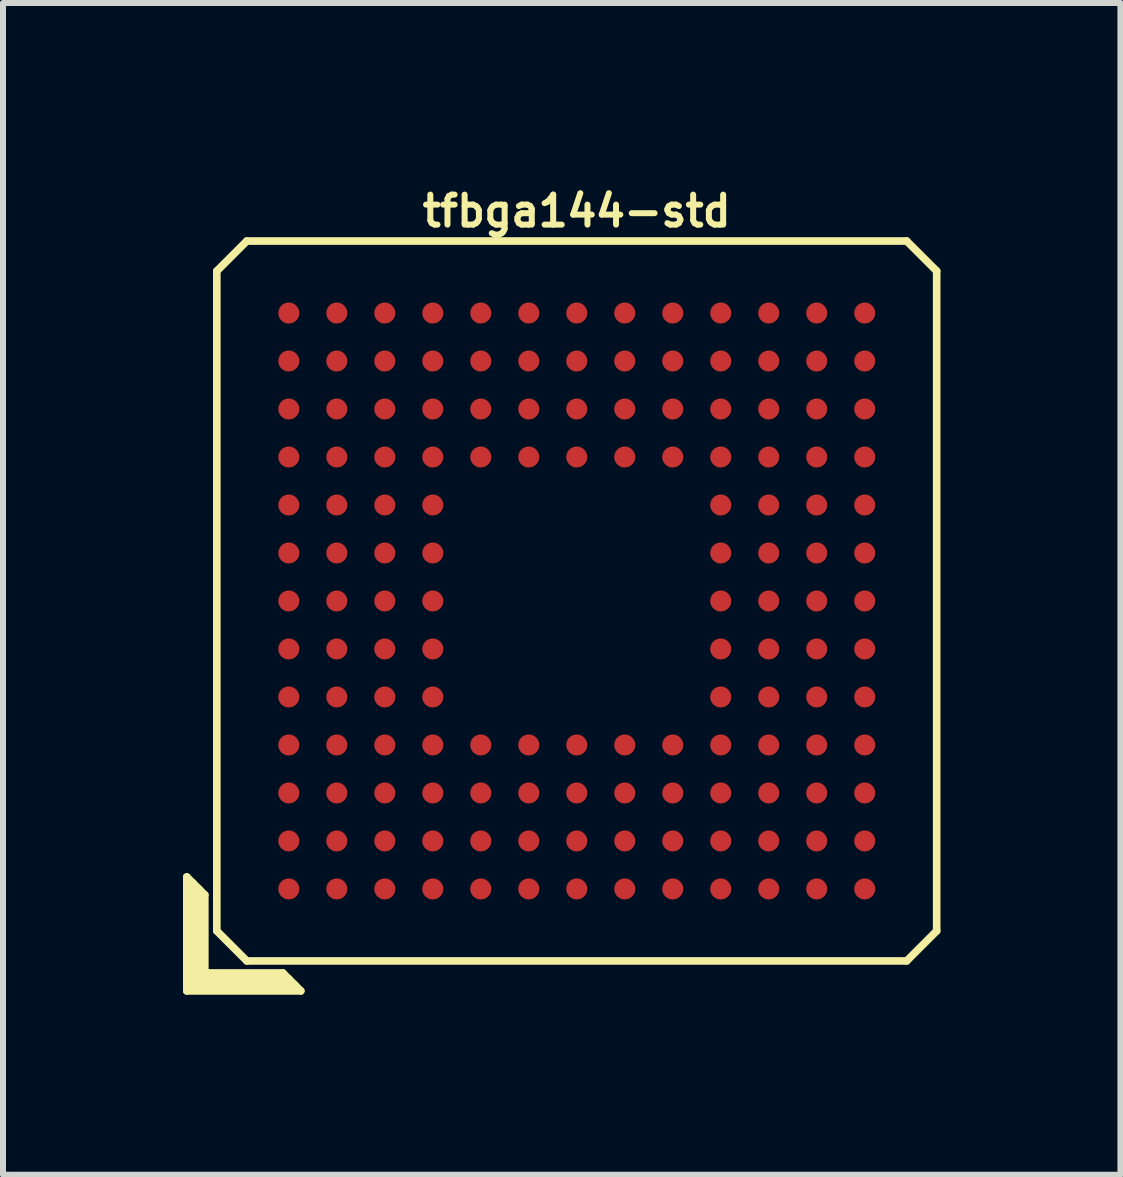
<source format=kicad_pcb>
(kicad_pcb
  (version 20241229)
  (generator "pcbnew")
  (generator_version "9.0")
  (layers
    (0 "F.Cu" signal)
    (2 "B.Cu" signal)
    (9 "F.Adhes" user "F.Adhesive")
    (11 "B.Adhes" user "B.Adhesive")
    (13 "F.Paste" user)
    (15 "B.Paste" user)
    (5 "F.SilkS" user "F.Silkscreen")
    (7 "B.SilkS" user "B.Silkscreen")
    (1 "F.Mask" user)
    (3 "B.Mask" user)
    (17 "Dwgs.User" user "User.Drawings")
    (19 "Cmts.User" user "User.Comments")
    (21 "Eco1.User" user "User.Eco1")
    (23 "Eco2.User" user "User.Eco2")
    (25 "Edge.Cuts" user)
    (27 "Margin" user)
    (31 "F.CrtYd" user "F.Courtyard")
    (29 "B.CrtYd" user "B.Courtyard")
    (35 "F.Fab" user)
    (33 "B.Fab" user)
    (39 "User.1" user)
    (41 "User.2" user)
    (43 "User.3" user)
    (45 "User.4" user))
  (footprint "tfbga144-std"
    (layer "F.Cu")
    (at 6.564 6.968)
    (property "Reference" "tfbga144-std" (at 0 -6.5 0) (layer "F.SilkS") (effects (font (size 0.5 0.5) (thickness 0.1))))
    (attr through_hole)
    (fp_line (start -6.5 4.6) (end -6.2 4.9) (stroke (width 0.127) (type solid)) (layer "F.SilkS"))
    (fp_line (start -6.5 6.5) (end -6.5 4.6) (stroke (width 0.127) (type solid)) (layer "F.SilkS"))
    (fp_line (start -6.4 6.4) (end -6.4 4.7) (stroke (width 0.127) (type solid)) (layer "F.SilkS"))
    (fp_line (start -6.3 4.8) (end -6.3 6.3) (stroke (width 0.127) (type solid)) (layer "F.SilkS"))
    (fp_line (start -6.3 6.3) (end -4.8 6.3) (stroke (width 0.127) (type solid)) (layer "F.SilkS"))
    (fp_line (start -6.2 4.9) (end -6.2 6.2) (stroke (width 0.127) (type solid)) (layer "F.SilkS"))
    (fp_line (start -6.2 6.2) (end -4.9 6.2) (stroke (width 0.127) (type solid)) (layer "F.SilkS"))
    (fp_line (start -6 -5.5) (end -5.5 -6) (stroke (width 0.127) (type solid)) (layer "F.SilkS"))
    (fp_line (start -6 5.5) (end -6 -5.5) (stroke (width 0.127) (type solid)) (layer "F.SilkS"))
    (fp_line (start -5.5 -6) (end 5.5 -6) (stroke (width 0.127) (type solid)) (layer "F.SilkS"))
    (fp_line (start -5.5 6) (end -6 5.5) (stroke (width 0.127) (type solid)) (layer "F.SilkS"))
    (fp_line (start -4.9 6.2) (end -4.6 6.5) (stroke (width 0.127) (type solid)) (layer "F.SilkS"))
    (fp_line (start -4.7 6.4) (end -6.4 6.4) (stroke (width 0.127) (type solid)) (layer "F.SilkS"))
    (fp_line (start -4.6 6.5) (end -6.5 6.5) (stroke (width 0.127) (type solid)) (layer "F.SilkS"))
    (fp_line (start 5.5 -6) (end 6 -5.5) (stroke (width 0.127) (type solid)) (layer "F.SilkS"))
    (fp_line (start 5.5 6) (end -5.5 6) (stroke (width 0.127) (type solid)) (layer "F.SilkS"))
    (fp_line (start 6 -5.5) (end 6 5.5) (stroke (width 0.127) (type solid)) (layer "F.SilkS"))
    (fp_line (start 6 5.5) (end 5.5 6) (stroke (width 0.127) (type solid)) (layer "F.SilkS"))
    (pad "A1" smd circle (at -4.8 4.8) (size 0.35 0.35) (layers "F.Cu" "F.Mask" "F.Paste"))
    (pad "A2" smd circle (at -4.8 4) (size 0.35 0.35) (layers "F.Cu" "F.Mask" "F.Paste"))
    (pad "A3" smd circle (at -4.8 3.2) (size 0.35 0.35) (layers "F.Cu" "F.Mask" "F.Paste"))
    (pad "A4" smd circle (at -4.8 2.4) (size 0.35 0.35) (layers "F.Cu" "F.Mask" "F.Paste"))
    (pad "A5" smd circle (at -4.8 1.6) (size 0.35 0.35) (layers "F.Cu" "F.Mask" "F.Paste"))
    (pad "A6" smd circle (at -4.8 0.8) (size 0.35 0.35) (layers "F.Cu" "F.Mask" "F.Paste"))
    (pad "A7" smd circle (at -4.8 0) (size 0.35 0.35) (layers "F.Cu" "F.Mask" "F.Paste"))
    (pad "A8" smd circle (at -4.8 -0.8) (size 0.35 0.35) (layers "F.Cu" "F.Mask" "F.Paste"))
    (pad "A9" smd circle (at -4.8 -1.6) (size 0.35 0.35) (layers "F.Cu" "F.Mask" "F.Paste"))
    (pad "A10" smd circle (at -4.8 -2.4) (size 0.35 0.35) (layers "F.Cu" "F.Mask" "F.Paste"))
    (pad "A11" smd circle (at -4.8 -3.2) (size 0.35 0.35) (layers "F.Cu" "F.Mask" "F.Paste"))
    (pad "A12" smd circle (at -4.8 -4) (size 0.35 0.35) (layers "F.Cu" "F.Mask" "F.Paste"))
    (pad "A13" smd circle (at -4.8 -4.8) (size 0.35 0.35) (layers "F.Cu" "F.Mask" "F.Paste"))
    (pad "B1" smd circle (at -4 4.8) (size 0.35 0.35) (layers "F.Cu" "F.Mask" "F.Paste"))
    (pad "B2" smd circle (at -4 4) (size 0.35 0.35) (layers "F.Cu" "F.Mask" "F.Paste"))
    (pad "B3" smd circle (at -4 3.2) (size 0.35 0.35) (layers "F.Cu" "F.Mask" "F.Paste"))
    (pad "B4" smd circle (at -4 2.4) (size 0.35 0.35) (layers "F.Cu" "F.Mask" "F.Paste"))
    (pad "B5" smd circle (at -4 1.6) (size 0.35 0.35) (layers "F.Cu" "F.Mask" "F.Paste"))
    (pad "B6" smd circle (at -4 0.8) (size 0.35 0.35) (layers "F.Cu" "F.Mask" "F.Paste"))
    (pad "B7" smd circle (at -4 0) (size 0.35 0.35) (layers "F.Cu" "F.Mask" "F.Paste"))
    (pad "B8" smd circle (at -4 -0.8) (size 0.35 0.35) (layers "F.Cu" "F.Mask" "F.Paste"))
    (pad "B9" smd circle (at -4 -1.6) (size 0.35 0.35) (layers "F.Cu" "F.Mask" "F.Paste"))
    (pad "B10" smd circle (at -4 -2.4) (size 0.35 0.35) (layers "F.Cu" "F.Mask" "F.Paste"))
    (pad "B11" smd circle (at -4 -3.2) (size 0.35 0.35) (layers "F.Cu" "F.Mask" "F.Paste"))
    (pad "B12" smd circle (at -4 -4) (size 0.35 0.35) (layers "F.Cu" "F.Mask" "F.Paste"))
    (pad "B13" smd circle (at -4 -4.8) (size 0.35 0.35) (layers "F.Cu" "F.Mask" "F.Paste"))
    (pad "C1" smd circle (at -3.2 4.8) (size 0.35 0.35) (layers "F.Cu" "F.Mask" "F.Paste"))
    (pad "C2" smd circle (at -3.2 4) (size 0.35 0.35) (layers "F.Cu" "F.Mask" "F.Paste"))
    (pad "C3" smd circle (at -3.2 3.2) (size 0.35 0.35) (layers "F.Cu" "F.Mask" "F.Paste"))
    (pad "C4" smd circle (at -3.2 2.4) (size 0.35 0.35) (layers "F.Cu" "F.Mask" "F.Paste"))
    (pad "C5" smd circle (at -3.2 1.6) (size 0.35 0.35) (layers "F.Cu" "F.Mask" "F.Paste"))
    (pad "C6" smd circle (at -3.2 0.8) (size 0.35 0.35) (layers "F.Cu" "F.Mask" "F.Paste"))
    (pad "C7" smd circle (at -3.2 0) (size 0.35 0.35) (layers "F.Cu" "F.Mask" "F.Paste"))
    (pad "C8" smd circle (at -3.2 -0.8) (size 0.35 0.35) (layers "F.Cu" "F.Mask" "F.Paste"))
    (pad "C9" smd circle (at -3.2 -1.6) (size 0.35 0.35) (layers "F.Cu" "F.Mask" "F.Paste"))
    (pad "C10" smd circle (at -3.2 -2.4) (size 0.35 0.35) (layers "F.Cu" "F.Mask" "F.Paste"))
    (pad "C11" smd circle (at -3.2 -3.2) (size 0.35 0.35) (layers "F.Cu" "F.Mask" "F.Paste"))
    (pad "C12" smd circle (at -3.2 -4) (size 0.35 0.35) (layers "F.Cu" "F.Mask" "F.Paste"))
    (pad "C13" smd circle (at -3.2 -4.8) (size 0.35 0.35) (layers "F.Cu" "F.Mask" "F.Paste"))
    (pad "D1" smd circle (at -2.4 4.8) (size 0.35 0.35) (layers "F.Cu" "F.Mask" "F.Paste"))
    (pad "D2" smd circle (at -2.4 4) (size 0.35 0.35) (layers "F.Cu" "F.Mask" "F.Paste"))
    (pad "D3" smd circle (at -2.4 3.2) (size 0.35 0.35) (layers "F.Cu" "F.Mask" "F.Paste"))
    (pad "D4" smd circle (at -2.4 2.4) (size 0.35 0.35) (layers "F.Cu" "F.Mask" "F.Paste"))
    (pad "D5" smd circle (at -2.4 1.6) (size 0.35 0.35) (layers "F.Cu" "F.Mask" "F.Paste"))
    (pad "D6" smd circle (at -2.4 0.8) (size 0.35 0.35) (layers "F.Cu" "F.Mask" "F.Paste"))
    (pad "D7" smd circle (at -2.4 0) (size 0.35 0.35) (layers "F.Cu" "F.Mask" "F.Paste"))
    (pad "D8" smd circle (at -2.4 -0.8) (size 0.35 0.35) (layers "F.Cu" "F.Mask" "F.Paste"))
    (pad "D9" smd circle (at -2.4 -1.6) (size 0.35 0.35) (layers "F.Cu" "F.Mask" "F.Paste"))
    (pad "D10" smd circle (at -2.4 -2.4) (size 0.35 0.35) (layers "F.Cu" "F.Mask" "F.Paste"))
    (pad "D11" smd circle (at -2.4 -3.2) (size 0.35 0.35) (layers "F.Cu" "F.Mask" "F.Paste"))
    (pad "D12" smd circle (at -2.4 -4) (size 0.35 0.35) (layers "F.Cu" "F.Mask" "F.Paste"))
    (pad "D13" smd circle (at -2.4 -4.8) (size 0.35 0.35) (layers "F.Cu" "F.Mask" "F.Paste"))
    (pad "E1" smd circle (at -1.6 4.8) (size 0.35 0.35) (layers "F.Cu" "F.Mask" "F.Paste"))
    (pad "E2" smd circle (at -1.6 4) (size 0.35 0.35) (layers "F.Cu" "F.Mask" "F.Paste"))
    (pad "E3" smd circle (at -1.6 3.2) (size 0.35 0.35) (layers "F.Cu" "F.Mask" "F.Paste"))
    (pad "E4" smd circle (at -1.6 2.4) (size 0.35 0.35) (layers "F.Cu" "F.Mask" "F.Paste"))
    (pad "E10" smd circle (at -1.6 -2.4) (size 0.35 0.35) (layers "F.Cu" "F.Mask" "F.Paste"))
    (pad "E11" smd circle (at -1.6 -3.2) (size 0.35 0.35) (layers "F.Cu" "F.Mask" "F.Paste"))
    (pad "E12" smd circle (at -1.6 -4) (size 0.35 0.35) (layers "F.Cu" "F.Mask" "F.Paste"))
    (pad "E13" smd circle (at -1.6 -4.8) (size 0.35 0.35) (layers "F.Cu" "F.Mask" "F.Paste"))
    (pad "F1" smd circle (at -0.8 4.8) (size 0.35 0.35) (layers "F.Cu" "F.Mask" "F.Paste"))
    (pad "F2" smd circle (at -0.8 4) (size 0.35 0.35) (layers "F.Cu" "F.Mask" "F.Paste"))
    (pad "F3" smd circle (at -0.8 3.2) (size 0.35 0.35) (layers "F.Cu" "F.Mask" "F.Paste"))
    (pad "F4" smd circle (at -0.8 2.4) (size 0.35 0.35) (layers "F.Cu" "F.Mask" "F.Paste"))
    (pad "F10" smd circle (at -0.8 -2.4) (size 0.35 0.35) (layers "F.Cu" "F.Mask" "F.Paste"))
    (pad "F11" smd circle (at -0.8 -3.2) (size 0.35 0.35) (layers "F.Cu" "F.Mask" "F.Paste"))
    (pad "F12" smd circle (at -0.8 -4) (size 0.35 0.35) (layers "F.Cu" "F.Mask" "F.Paste"))
    (pad "F13" smd circle (at -0.8 -4.8) (size 0.35 0.35) (layers "F.Cu" "F.Mask" "F.Paste"))
    (pad "G1" smd circle (at 0 4.8) (size 0.35 0.35) (layers "F.Cu" "F.Mask" "F.Paste"))
    (pad "G2" smd circle (at 0 4) (size 0.35 0.35) (layers "F.Cu" "F.Mask" "F.Paste"))
    (pad "G3" smd circle (at 0 3.2) (size 0.35 0.35) (layers "F.Cu" "F.Mask" "F.Paste"))
    (pad "G4" smd circle (at 0 2.4) (size 0.35 0.35) (layers "F.Cu" "F.Mask" "F.Paste"))
    (pad "G10" smd circle (at 0 -2.4) (size 0.35 0.35) (layers "F.Cu" "F.Mask" "F.Paste"))
    (pad "G11" smd circle (at 0 -3.2) (size 0.35 0.35) (layers "F.Cu" "F.Mask" "F.Paste"))
    (pad "G12" smd circle (at 0 -4) (size 0.35 0.35) (layers "F.Cu" "F.Mask" "F.Paste"))
    (pad "G13" smd circle (at 0 -4.8) (size 0.35 0.35) (layers "F.Cu" "F.Mask" "F.Paste"))
    (pad "H1" smd circle (at 0.8 4.8) (size 0.35 0.35) (layers "F.Cu" "F.Mask" "F.Paste"))
    (pad "H2" smd circle (at 0.8 4) (size 0.35 0.35) (layers "F.Cu" "F.Mask" "F.Paste"))
    (pad "H3" smd circle (at 0.8 3.2) (size 0.35 0.35) (layers "F.Cu" "F.Mask" "F.Paste"))
    (pad "H4" smd circle (at 0.8 2.4) (size 0.35 0.35) (layers "F.Cu" "F.Mask" "F.Paste"))
    (pad "H10" smd circle (at 0.8 -2.4) (size 0.35 0.35) (layers "F.Cu" "F.Mask" "F.Paste"))
    (pad "H11" smd circle (at 0.8 -3.2) (size 0.35 0.35) (layers "F.Cu" "F.Mask" "F.Paste"))
    (pad "H12" smd circle (at 0.8 -4) (size 0.35 0.35) (layers "F.Cu" "F.Mask" "F.Paste"))
    (pad "H13" smd circle (at 0.8 -4.8) (size 0.35 0.35) (layers "F.Cu" "F.Mask" "F.Paste"))
    (pad "J1" smd circle (at 1.6 4.8) (size 0.35 0.35) (layers "F.Cu" "F.Mask" "F.Paste"))
    (pad "J2" smd circle (at 1.6 4) (size 0.35 0.35) (layers "F.Cu" "F.Mask" "F.Paste"))
    (pad "J3" smd circle (at 1.6 3.2) (size 0.35 0.35) (layers "F.Cu" "F.Mask" "F.Paste"))
    (pad "J4" smd circle (at 1.6 2.4) (size 0.35 0.35) (layers "F.Cu" "F.Mask" "F.Paste"))
    (pad "J10" smd circle (at 1.6 -2.4) (size 0.35 0.35) (layers "F.Cu" "F.Mask" "F.Paste"))
    (pad "J11" smd circle (at 1.6 -3.2) (size 0.35 0.35) (layers "F.Cu" "F.Mask" "F.Paste"))
    (pad "J12" smd circle (at 1.6 -4) (size 0.35 0.35) (layers "F.Cu" "F.Mask" "F.Paste"))
    (pad "J13" smd circle (at 1.6 -4.8) (size 0.35 0.35) (layers "F.Cu" "F.Mask" "F.Paste"))
    (pad "K1" smd circle (at 2.4 4.8) (size 0.35 0.35) (layers "F.Cu" "F.Mask" "F.Paste"))
    (pad "K2" smd circle (at 2.4 4) (size 0.35 0.35) (layers "F.Cu" "F.Mask" "F.Paste"))
    (pad "K3" smd circle (at 2.4 3.2) (size 0.35 0.35) (layers "F.Cu" "F.Mask" "F.Paste"))
    (pad "K4" smd circle (at 2.4 2.4) (size 0.35 0.35) (layers "F.Cu" "F.Mask" "F.Paste"))
    (pad "K5" smd circle (at 2.4 1.6) (size 0.35 0.35) (layers "F.Cu" "F.Mask" "F.Paste"))
    (pad "K6" smd circle (at 2.4 0.8) (size 0.35 0.35) (layers "F.Cu" "F.Mask" "F.Paste"))
    (pad "K7" smd circle (at 2.4 0) (size 0.35 0.35) (layers "F.Cu" "F.Mask" "F.Paste"))
    (pad "K8" smd circle (at 2.4 -0.8) (size 0.35 0.35) (layers "F.Cu" "F.Mask" "F.Paste"))
    (pad "K9" smd circle (at 2.4 -1.6) (size 0.35 0.35) (layers "F.Cu" "F.Mask" "F.Paste"))
    (pad "K10" smd circle (at 2.4 -2.4) (size 0.35 0.35) (layers "F.Cu" "F.Mask" "F.Paste"))
    (pad "K11" smd circle (at 2.4 -3.2) (size 0.35 0.35) (layers "F.Cu" "F.Mask" "F.Paste"))
    (pad "K12" smd circle (at 2.4 -4) (size 0.35 0.35) (layers "F.Cu" "F.Mask" "F.Paste"))
    (pad "K13" smd circle (at 2.4 -4.8) (size 0.35 0.35) (layers "F.Cu" "F.Mask" "F.Paste"))
    (pad "L1" smd circle (at 3.2 4.8) (size 0.35 0.35) (layers "F.Cu" "F.Mask" "F.Paste"))
    (pad "L2" smd circle (at 3.2 4) (size 0.35 0.35) (layers "F.Cu" "F.Mask" "F.Paste"))
    (pad "L3" smd circle (at 3.2 3.2) (size 0.35 0.35) (layers "F.Cu" "F.Mask" "F.Paste"))
    (pad "L4" smd circle (at 3.2 2.4) (size 0.35 0.35) (layers "F.Cu" "F.Mask" "F.Paste"))
    (pad "L5" smd circle (at 3.2 1.6) (size 0.35 0.35) (layers "F.Cu" "F.Mask" "F.Paste"))
    (pad "L6" smd circle (at 3.2 0.8) (size 0.35 0.35) (layers "F.Cu" "F.Mask" "F.Paste"))
    (pad "L7" smd circle (at 3.2 0) (size 0.35 0.35) (layers "F.Cu" "F.Mask" "F.Paste"))
    (pad "L8" smd circle (at 3.2 -0.8) (size 0.35 0.35) (layers "F.Cu" "F.Mask" "F.Paste"))
    (pad "L9" smd circle (at 3.2 -1.6) (size 0.35 0.35) (layers "F.Cu" "F.Mask" "F.Paste"))
    (pad "L10" smd circle (at 3.2 -2.4) (size 0.35 0.35) (layers "F.Cu" "F.Mask" "F.Paste"))
    (pad "L11" smd circle (at 3.2 -3.2) (size 0.35 0.35) (layers "F.Cu" "F.Mask" "F.Paste"))
    (pad "L12" smd circle (at 3.2 -4) (size 0.35 0.35) (layers "F.Cu" "F.Mask" "F.Paste"))
    (pad "L13" smd circle (at 3.2 -4.8) (size 0.35 0.35) (layers "F.Cu" "F.Mask" "F.Paste"))
    (pad "M1" smd circle (at 4 4.8) (size 0.35 0.35) (layers "F.Cu" "F.Mask" "F.Paste"))
    (pad "M2" smd circle (at 4 4) (size 0.35 0.35) (layers "F.Cu" "F.Mask" "F.Paste"))
    (pad "M3" smd circle (at 4 3.2) (size 0.35 0.35) (layers "F.Cu" "F.Mask" "F.Paste"))
    (pad "M4" smd circle (at 4 2.4) (size 0.35 0.35) (layers "F.Cu" "F.Mask" "F.Paste"))
    (pad "M5" smd circle (at 4 1.6) (size 0.35 0.35) (layers "F.Cu" "F.Mask" "F.Paste"))
    (pad "M6" smd circle (at 4 0.8) (size 0.35 0.35) (layers "F.Cu" "F.Mask" "F.Paste"))
    (pad "M7" smd circle (at 4 0) (size 0.35 0.35) (layers "F.Cu" "F.Mask" "F.Paste"))
    (pad "M8" smd circle (at 4 -0.8) (size 0.35 0.35) (layers "F.Cu" "F.Mask" "F.Paste"))
    (pad "M9" smd circle (at 4 -1.6) (size 0.35 0.35) (layers "F.Cu" "F.Mask" "F.Paste"))
    (pad "M10" smd circle (at 4 -2.4) (size 0.35 0.35) (layers "F.Cu" "F.Mask" "F.Paste"))
    (pad "M11" smd circle (at 4 -3.2) (size 0.35 0.35) (layers "F.Cu" "F.Mask" "F.Paste"))
    (pad "M12" smd circle (at 4 -4) (size 0.35 0.35) (layers "F.Cu" "F.Mask" "F.Paste"))
    (pad "M13" smd circle (at 4 -4.8) (size 0.35 0.35) (layers "F.Cu" "F.Mask" "F.Paste"))
    (pad "N1" smd circle (at 4.8 4.8) (size 0.35 0.35) (layers "F.Cu" "F.Mask" "F.Paste"))
    (pad "N2" smd circle (at 4.8 4) (size 0.35 0.35) (layers "F.Cu" "F.Mask" "F.Paste"))
    (pad "N3" smd circle (at 4.8 3.2) (size 0.35 0.35) (layers "F.Cu" "F.Mask" "F.Paste"))
    (pad "N4" smd circle (at 4.8 2.4) (size 0.35 0.35) (layers "F.Cu" "F.Mask" "F.Paste"))
    (pad "N5" smd circle (at 4.8 1.6) (size 0.35 0.35) (layers "F.Cu" "F.Mask" "F.Paste"))
    (pad "N6" smd circle (at 4.8 0.8) (size 0.35 0.35) (layers "F.Cu" "F.Mask" "F.Paste"))
    (pad "N7" smd circle (at 4.8 0) (size 0.35 0.35) (layers "F.Cu" "F.Mask" "F.Paste"))
    (pad "N8" smd circle (at 4.8 -0.8) (size 0.35 0.35) (layers "F.Cu" "F.Mask" "F.Paste"))
    (pad "N9" smd circle (at 4.8 -1.6) (size 0.35 0.35) (layers "F.Cu" "F.Mask" "F.Paste"))
    (pad "N10" smd circle (at 4.8 -2.4) (size 0.35 0.35) (layers "F.Cu" "F.Mask" "F.Paste"))
    (pad "N11" smd circle (at 4.8 -3.2) (size 0.35 0.35) (layers "F.Cu" "F.Mask" "F.Paste"))
    (pad "N12" smd circle (at 4.8 -4) (size 0.35 0.35) (layers "F.Cu" "F.Mask" "F.Paste"))
    (pad "N13" smd circle (at 4.8 -4.8) (size 0.35 0.35) (layers "F.Cu" "F.Mask" "F.Paste")))
  (gr_rect
    (start -3 -3)
    (end 15.627 16.532)
    (stroke (width 0.1) (type default))
    (fill no)
    (layer "Edge.Cuts")))
</source>
